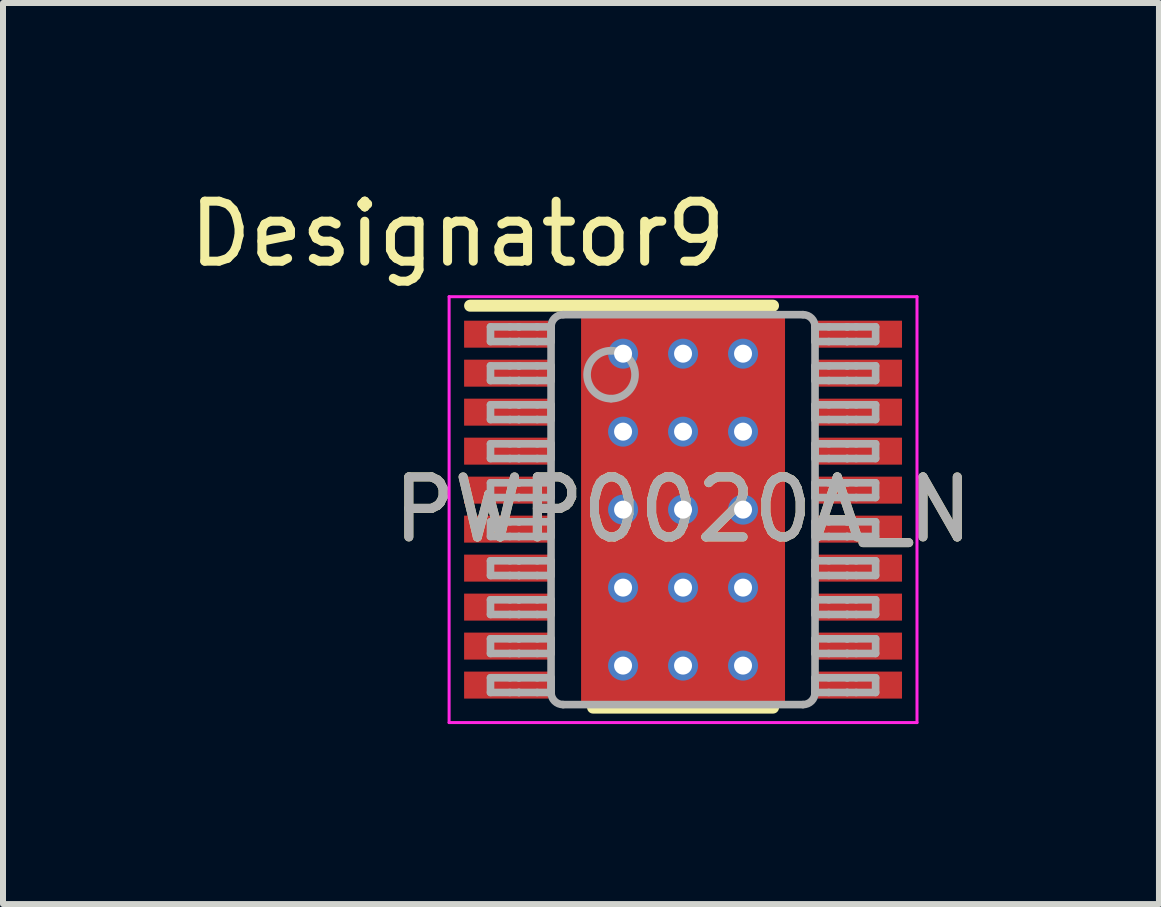
<source format=kicad_pcb>
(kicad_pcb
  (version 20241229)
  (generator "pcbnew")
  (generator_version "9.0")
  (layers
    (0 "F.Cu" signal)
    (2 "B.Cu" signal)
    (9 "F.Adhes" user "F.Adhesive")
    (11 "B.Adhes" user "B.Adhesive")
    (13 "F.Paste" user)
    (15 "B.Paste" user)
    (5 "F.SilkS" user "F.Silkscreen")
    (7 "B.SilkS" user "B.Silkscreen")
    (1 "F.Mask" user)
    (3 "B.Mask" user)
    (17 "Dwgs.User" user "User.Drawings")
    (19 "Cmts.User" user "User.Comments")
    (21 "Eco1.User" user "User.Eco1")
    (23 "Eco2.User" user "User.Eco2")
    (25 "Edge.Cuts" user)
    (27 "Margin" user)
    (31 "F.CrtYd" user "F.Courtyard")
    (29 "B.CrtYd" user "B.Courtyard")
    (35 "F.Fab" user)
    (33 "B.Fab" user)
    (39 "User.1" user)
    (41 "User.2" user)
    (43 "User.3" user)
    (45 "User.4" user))
  (footprint "PWP0020A_N"
    (layer "F.Cu")
    (at 8.337 5.446)
    (property "Reference" "PWP0020A_N" (at 0 0 0) (unlocked yes) (layer "F.SilkS") (effects (font (size 1 1) (thickness 0.15))))
    (attr smd)
    (fp_poly (pts (xy -1.575 2.128) (xy -1.575 -2.128) (xy -1.574 -2.137) (xy -1.571 -2.146) (xy -1.567 -2.154) (xy -1.561 -2.161) (xy -1.554 -2.167) (xy -1.546 -2.171) (xy -1.537 -2.174) (xy -1.528 -2.175) (xy 1.528 -2.175) (xy 1.537 -2.174) (xy 1.546 -2.171) (xy 1.554 -2.167) (xy 1.561 -2.161) (xy 1.567 -2.154) (xy 1.571 -2.146) (xy 1.574 -2.137) (xy 1.575 -2.128) (xy 1.575 2.128) (xy 1.574 2.137) (xy 1.571 2.146) (xy 1.567 2.154) (xy 1.561 2.161) (xy 1.554 2.167) (xy 1.546 2.171) (xy 1.537 2.174) (xy 1.528 2.175) (xy -1.528 2.175) (xy -1.537 2.174) (xy -1.546 2.171) (xy -1.554 2.167) (xy -1.561 2.161) (xy -1.567 2.154) (xy -1.571 2.146) (xy -1.574 2.137)) (stroke (width 0) (type solid)) (fill yes) (layer "F.Mask"))
    (fp_line (start -3.55 -3.4) (end 1.5 -3.4) (stroke (width 0.2) (type solid)) (layer "F.SilkS"))
    (fp_line (start -1.5 3.3) (end 1.5 3.3) (stroke (width 0.2) (type solid)) (layer "F.SilkS"))
    (fp_poly (pts (xy -1.575 2.128) (xy -1.575 -2.128) (xy -1.574 -2.137) (xy -1.571 -2.146) (xy -1.567 -2.154) (xy -1.561 -2.161) (xy -1.554 -2.167) (xy -1.546 -2.171) (xy -1.537 -2.174) (xy -1.528 -2.175) (xy 1.528 -2.175) (xy 1.537 -2.174) (xy 1.546 -2.171) (xy 1.554 -2.167) (xy 1.561 -2.161) (xy 1.567 -2.154) (xy 1.571 -2.146) (xy 1.574 -2.137) (xy 1.575 -2.128) (xy 1.575 2.128) (xy 1.574 2.137) (xy 1.571 2.146) (xy 1.567 2.154) (xy 1.561 2.161) (xy 1.554 2.167) (xy 1.546 2.171) (xy 1.537 2.174) (xy 1.528 2.175) (xy -1.528 2.175) (xy -1.537 2.174) (xy -1.546 2.171) (xy -1.554 2.167) (xy -1.561 2.161) (xy -1.567 2.154) (xy -1.571 2.146) (xy -1.574 2.137)) (stroke (width 0) (type solid)) (fill yes) (layer "F.Paste"))
    (fp_line (start -3.9 -3.55) (end 3.9 -3.55) (stroke (width 0.05) (type solid)) (layer "F.CrtYd"))
    (fp_line (start -3.9 3.55) (end -3.9 -3.55) (stroke (width 0.05) (type solid)) (layer "F.CrtYd"))
    (fp_line (start -3.9 3.55) (end 3.9 3.55) (stroke (width 0.05) (type solid)) (layer "F.CrtYd"))
    (fp_line (start 3.9 3.55) (end 3.9 -3.55) (stroke (width 0.05) (type solid)) (layer "F.CrtYd"))
    (fp_line (start -3.21 -3.047) (end -2.887 -3.047) (stroke (width 0.127) (type solid)) (layer "F.Fab"))
    (fp_line (start -3.21 -2.802) (end -3.21 -3.047) (stroke (width 0.127) (type solid)) (layer "F.Fab"))
    (fp_line (start -3.21 -2.802) (end -2.887 -2.802) (stroke (width 0.127) (type solid)) (layer "F.Fab"))
    (fp_line (start -3.21 -2.397) (end -2.887 -2.397) (stroke (width 0.127) (type solid)) (layer "F.Fab"))
    (fp_line (start -3.21 -2.152) (end -3.21 -2.397) (stroke (width 0.127) (type solid)) (layer "F.Fab"))
    (fp_line (start -3.21 -2.152) (end -2.887 -2.152) (stroke (width 0.127) (type solid)) (layer "F.Fab"))
    (fp_line (start -3.21 -1.747) (end -2.887 -1.747) (stroke (width 0.127) (type solid)) (layer "F.Fab"))
    (fp_line (start -3.21 -1.502) (end -3.21 -1.747) (stroke (width 0.127) (type solid)) (layer "F.Fab"))
    (fp_line (start -3.21 -1.502) (end -2.887 -1.502) (stroke (width 0.127) (type solid)) (layer "F.Fab"))
    (fp_line (start -3.21 -1.097) (end -2.887 -1.097) (stroke (width 0.127) (type solid)) (layer "F.Fab"))
    (fp_line (start -3.21 -0.852) (end -3.21 -1.097) (stroke (width 0.127) (type solid)) (layer "F.Fab"))
    (fp_line (start -3.21 -0.852) (end -2.887 -0.852) (stroke (width 0.127) (type solid)) (layer "F.Fab"))
    (fp_line (start -3.21 -0.447) (end -2.887 -0.447) (stroke (width 0.127) (type solid)) (layer "F.Fab"))
    (fp_line (start -3.21 -0.202) (end -3.21 -0.447) (stroke (width 0.127) (type solid)) (layer "F.Fab"))
    (fp_line (start -3.21 -0.202) (end -2.887 -0.202) (stroke (width 0.127) (type solid)) (layer "F.Fab"))
    (fp_line (start -3.21 0.203) (end -2.887 0.203) (stroke (width 0.127) (type solid)) (layer "F.Fab"))
    (fp_line (start -3.21 0.448) (end -3.21 0.203) (stroke (width 0.127) (type solid)) (layer "F.Fab"))
    (fp_line (start -3.21 0.448) (end -2.887 0.448) (stroke (width 0.127) (type solid)) (layer "F.Fab"))
    (fp_line (start -3.21 0.853) (end -2.887 0.853) (stroke (width 0.127) (type solid)) (layer "F.Fab"))
    (fp_line (start -3.21 1.098) (end -3.21 0.853) (stroke (width 0.127) (type solid)) (layer "F.Fab"))
    (fp_line (start -3.21 1.098) (end -2.887 1.098) (stroke (width 0.127) (type solid)) (layer "F.Fab"))
    (fp_line (start -3.21 1.503) (end -2.887 1.503) (stroke (width 0.127) (type solid)) (layer "F.Fab"))
    (fp_line (start -3.21 1.748) (end -3.21 1.503) (stroke (width 0.127) (type solid)) (layer "F.Fab"))
    (fp_line (start -3.21 1.748) (end -2.887 1.748) (stroke (width 0.127) (type solid)) (layer "F.Fab"))
    (fp_line (start -3.21 2.153) (end -2.887 2.153) (stroke (width 0.127) (type solid)) (layer "F.Fab"))
    (fp_line (start -3.21 2.398) (end -3.21 2.153) (stroke (width 0.127) (type solid)) (layer "F.Fab"))
    (fp_line (start -3.21 2.398) (end -2.887 2.398) (stroke (width 0.127) (type solid)) (layer "F.Fab"))
    (fp_line (start -3.21 2.803) (end -2.887 2.803) (stroke (width 0.127) (type solid)) (layer "F.Fab"))
    (fp_line (start -3.21 3.048) (end -3.21 2.803) (stroke (width 0.127) (type solid)) (layer "F.Fab"))
    (fp_line (start -3.21 3.048) (end -2.887 3.048) (stroke (width 0.127) (type solid)) (layer "F.Fab"))
    (fp_line (start -2.887 -3.047) (end -2.739 -3.047) (stroke (width 0.127) (type solid)) (layer "F.Fab"))
    (fp_line (start -2.887 -2.802) (end -2.739 -2.802) (stroke (width 0.127) (type solid)) (layer "F.Fab"))
    (fp_line (start -2.887 -2.397) (end -2.739 -2.397) (stroke (width 0.127) (type solid)) (layer "F.Fab"))
    (fp_line (start -2.887 -2.152) (end -2.739 -2.152) (stroke (width 0.127) (type solid)) (layer "F.Fab"))
    (fp_line (start -2.887 -1.747) (end -2.739 -1.747) (stroke (width 0.127) (type solid)) (layer "F.Fab"))
    (fp_line (start -2.887 -1.502) (end -2.739 -1.502) (stroke (width 0.127) (type solid)) (layer "F.Fab"))
    (fp_line (start -2.887 -1.097) (end -2.739 -1.097) (stroke (width 0.127) (type solid)) (layer "F.Fab"))
    (fp_line (start -2.887 -0.852) (end -2.739 -0.852) (stroke (width 0.127) (type solid)) (layer "F.Fab"))
    (fp_line (start -2.887 -0.447) (end -2.739 -0.447) (stroke (width 0.127) (type solid)) (layer "F.Fab"))
    (fp_line (start -2.887 -0.202) (end -2.739 -0.202) (stroke (width 0.127) (type solid)) (layer "F.Fab"))
    (fp_line (start -2.887 0.203) (end -2.739 0.203) (stroke (width 0.127) (type solid)) (layer "F.Fab"))
    (fp_line (start -2.887 0.448) (end -2.739 0.448) (stroke (width 0.127) (type solid)) (layer "F.Fab"))
    (fp_line (start -2.887 0.853) (end -2.739 0.853) (stroke (width 0.127) (type solid)) (layer "F.Fab"))
    (fp_line (start -2.887 1.098) (end -2.739 1.098) (stroke (width 0.127) (type solid)) (layer "F.Fab"))
    (fp_line (start -2.887 1.503) (end -2.739 1.503) (stroke (width 0.127) (type solid)) (layer "F.Fab"))
    (fp_line (start -2.887 1.748) (end -2.739 1.748) (stroke (width 0.127) (type solid)) (layer "F.Fab"))
    (fp_line (start -2.887 2.153) (end -2.739 2.153) (stroke (width 0.127) (type solid)) (layer "F.Fab"))
    (fp_line (start -2.887 2.398) (end -2.739 2.398) (stroke (width 0.127) (type solid)) (layer "F.Fab"))
    (fp_line (start -2.887 2.803) (end -2.739 2.803) (stroke (width 0.127) (type solid)) (layer "F.Fab"))
    (fp_line (start -2.887 3.048) (end -2.739 3.048) (stroke (width 0.127) (type solid)) (layer "F.Fab"))
    (fp_line (start -2.739 -3.047) (end -2.733 -3.047) (stroke (width 0.127) (type solid)) (layer "F.Fab"))
    (fp_line (start -2.739 -2.802) (end -2.733 -2.802) (stroke (width 0.127) (type solid)) (layer "F.Fab"))
    (fp_line (start -2.739 -2.397) (end -2.733 -2.397) (stroke (width 0.127) (type solid)) (layer "F.Fab"))
    (fp_line (start -2.739 -2.152) (end -2.733 -2.152) (stroke (width 0.127) (type solid)) (layer "F.Fab"))
    (fp_line (start -2.739 -1.747) (end -2.733 -1.747) (stroke (width 0.127) (type solid)) (layer "F.Fab"))
    (fp_line (start -2.739 -1.502) (end -2.733 -1.502) (stroke (width 0.127) (type solid)) (layer "F.Fab"))
    (fp_line (start -2.739 -1.097) (end -2.733 -1.097) (stroke (width 0.127) (type solid)) (layer "F.Fab"))
    (fp_line (start -2.739 -0.852) (end -2.733 -0.852) (stroke (width 0.127) (type solid)) (layer "F.Fab"))
    (fp_line (start -2.739 -0.447) (end -2.733 -0.447) (stroke (width 0.127) (type solid)) (layer "F.Fab"))
    (fp_line (start -2.739 -0.202) (end -2.733 -0.202) (stroke (width 0.127) (type solid)) (layer "F.Fab"))
    (fp_line (start -2.739 0.203) (end -2.733 0.203) (stroke (width 0.127) (type solid)) (layer "F.Fab"))
    (fp_line (start -2.739 0.448) (end -2.733 0.448) (stroke (width 0.127) (type solid)) (layer "F.Fab"))
    (fp_line (start -2.739 0.853) (end -2.733 0.853) (stroke (width 0.127) (type solid)) (layer "F.Fab"))
    (fp_line (start -2.739 1.098) (end -2.733 1.098) (stroke (width 0.127) (type solid)) (layer "F.Fab"))
    (fp_line (start -2.739 1.503) (end -2.733 1.503) (stroke (width 0.127) (type solid)) (layer "F.Fab"))
    (fp_line (start -2.739 1.748) (end -2.733 1.748) (stroke (width 0.127) (type solid)) (layer "F.Fab"))
    (fp_line (start -2.739 2.153) (end -2.733 2.153) (stroke (width 0.127) (type solid)) (layer "F.Fab"))
    (fp_line (start -2.739 2.398) (end -2.733 2.398) (stroke (width 0.127) (type solid)) (layer "F.Fab"))
    (fp_line (start -2.739 2.803) (end -2.733 2.803) (stroke (width 0.127) (type solid)) (layer "F.Fab"))
    (fp_line (start -2.739 3.048) (end -2.733 3.048) (stroke (width 0.127) (type solid)) (layer "F.Fab"))
    (fp_line (start -2.733 -3.047) (end -2.431 -3.047) (stroke (width 0.127) (type solid)) (layer "F.Fab"))
    (fp_line (start -2.733 -2.802) (end -2.431 -2.802) (stroke (width 0.127) (type solid)) (layer "F.Fab"))
    (fp_line (start -2.733 -2.397) (end -2.431 -2.397) (stroke (width 0.127) (type solid)) (layer "F.Fab"))
    (fp_line (start -2.733 -2.152) (end -2.431 -2.152) (stroke (width 0.127) (type solid)) (layer "F.Fab"))
    (fp_line (start -2.733 -1.747) (end -2.431 -1.747) (stroke (width 0.127) (type solid)) (layer "F.Fab"))
    (fp_line (start -2.733 -1.502) (end -2.431 -1.502) (stroke (width 0.127) (type solid)) (layer "F.Fab"))
    (fp_line (start -2.733 -1.097) (end -2.431 -1.097) (stroke (width 0.127) (type solid)) (layer "F.Fab"))
    (fp_line (start -2.733 -0.852) (end -2.431 -0.852) (stroke (width 0.127) (type solid)) (layer "F.Fab"))
    (fp_line (start -2.733 -0.447) (end -2.431 -0.447) (stroke (width 0.127) (type solid)) (layer "F.Fab"))
    (fp_line (start -2.733 -0.202) (end -2.431 -0.202) (stroke (width 0.127) (type solid)) (layer "F.Fab"))
    (fp_line (start -2.733 0.203) (end -2.431 0.203) (stroke (width 0.127) (type solid)) (layer "F.Fab"))
    (fp_line (start -2.733 0.448) (end -2.431 0.448) (stroke (width 0.127) (type solid)) (layer "F.Fab"))
    (fp_line (start -2.733 0.853) (end -2.431 0.853) (stroke (width 0.127) (type solid)) (layer "F.Fab"))
    (fp_line (start -2.733 1.098) (end -2.431 1.098) (stroke (width 0.127) (type solid)) (layer "F.Fab"))
    (fp_line (start -2.733 1.503) (end -2.431 1.503) (stroke (width 0.127) (type solid)) (layer "F.Fab"))
    (fp_line (start -2.733 1.748) (end -2.431 1.748) (stroke (width 0.127) (type solid)) (layer "F.Fab"))
    (fp_line (start -2.733 2.153) (end -2.431 2.153) (stroke (width 0.127) (type solid)) (layer "F.Fab"))
    (fp_line (start -2.733 2.398) (end -2.431 2.398) (stroke (width 0.127) (type solid)) (layer "F.Fab"))
    (fp_line (start -2.733 2.803) (end -2.431 2.803) (stroke (width 0.127) (type solid)) (layer "F.Fab"))
    (fp_line (start -2.733 3.048) (end -2.431 3.048) (stroke (width 0.127) (type solid)) (layer "F.Fab"))
    (fp_line (start -2.431 -3.047) (end -2.2 -3.047) (stroke (width 0.127) (type solid)) (layer "F.Fab"))
    (fp_line (start -2.431 -2.802) (end -2.2 -2.802) (stroke (width 0.127) (type solid)) (layer "F.Fab"))
    (fp_line (start -2.431 -2.397) (end -2.2 -2.397) (stroke (width 0.127) (type solid)) (layer "F.Fab"))
    (fp_line (start -2.431 -2.152) (end -2.2 -2.152) (stroke (width 0.127) (type solid)) (layer "F.Fab"))
    (fp_line (start -2.431 -1.747) (end -2.2 -1.747) (stroke (width 0.127) (type solid)) (layer "F.Fab"))
    (fp_line (start -2.431 -1.502) (end -2.2 -1.502) (stroke (width 0.127) (type solid)) (layer "F.Fab"))
    (fp_line (start -2.431 -1.097) (end -2.2 -1.097) (stroke (width 0.127) (type solid)) (layer "F.Fab"))
    (fp_line (start -2.431 -0.852) (end -2.2 -0.852) (stroke (width 0.127) (type solid)) (layer "F.Fab"))
    (fp_line (start -2.431 -0.447) (end -2.2 -0.447) (stroke (width 0.127) (type solid)) (layer "F.Fab"))
    (fp_line (start -2.431 -0.202) (end -2.2 -0.202) (stroke (width 0.127) (type solid)) (layer "F.Fab"))
    (fp_line (start -2.431 0.203) (end -2.2 0.203) (stroke (width 0.127) (type solid)) (layer "F.Fab"))
    (fp_line (start -2.431 0.448) (end -2.2 0.448) (stroke (width 0.127) (type solid)) (layer "F.Fab"))
    (fp_line (start -2.431 0.853) (end -2.2 0.853) (stroke (width 0.127) (type solid)) (layer "F.Fab"))
    (fp_line (start -2.431 1.098) (end -2.2 1.098) (stroke (width 0.127) (type solid)) (layer "F.Fab"))
    (fp_line (start -2.431 1.503) (end -2.2 1.503) (stroke (width 0.127) (type solid)) (layer "F.Fab"))
    (fp_line (start -2.431 1.748) (end -2.2 1.748) (stroke (width 0.127) (type solid)) (layer "F.Fab"))
    (fp_line (start -2.431 2.153) (end -2.2 2.153) (stroke (width 0.127) (type solid)) (layer "F.Fab"))
    (fp_line (start -2.431 2.398) (end -2.2 2.398) (stroke (width 0.127) (type solid)) (layer "F.Fab"))
    (fp_line (start -2.431 2.803) (end -2.2 2.803) (stroke (width 0.127) (type solid)) (layer "F.Fab"))
    (fp_line (start -2.431 3.048) (end -2.2 3.048) (stroke (width 0.127) (type solid)) (layer "F.Fab"))
    (fp_line (start -2.2 -2.802) (end -2.2 -3.047) (stroke (width 0.127) (type solid)) (layer "F.Fab"))
    (fp_line (start -2.2 -2.152) (end -2.2 -2.397) (stroke (width 0.127) (type solid)) (layer "F.Fab"))
    (fp_line (start -2.2 -1.502) (end -2.2 -1.747) (stroke (width 0.127) (type solid)) (layer "F.Fab"))
    (fp_line (start -2.2 -0.852) (end -2.2 -1.097) (stroke (width 0.127) (type solid)) (layer "F.Fab"))
    (fp_line (start -2.2 -0.202) (end -2.2 -0.447) (stroke (width 0.127) (type solid)) (layer "F.Fab"))
    (fp_line (start -2.2 0.448) (end -2.2 0.203) (stroke (width 0.127) (type solid)) (layer "F.Fab"))
    (fp_line (start -2.2 1.098) (end -2.2 0.853) (stroke (width 0.127) (type solid)) (layer "F.Fab"))
    (fp_line (start -2.2 1.748) (end -2.2 1.503) (stroke (width 0.127) (type solid)) (layer "F.Fab"))
    (fp_line (start -2.2 2.398) (end -2.2 2.153) (stroke (width 0.127) (type solid)) (layer "F.Fab"))
    (fp_line (start -2.2 3.048) (end -2.2 2.803) (stroke (width 0.127) (type solid)) (layer "F.Fab"))
    (fp_line (start -2.2 3.05) (end -2.2 -3.05) (stroke (width 0.127) (type solid)) (layer "F.Fab"))
    (fp_line (start -2 -3.25) (end 2 -3.25) (stroke (width 0.127) (type solid)) (layer "F.Fab"))
    (fp_line (start -2 3.25) (end 2 3.25) (stroke (width 0.127) (type solid)) (layer "F.Fab"))
    (fp_line (start 2.2 -3.047) (end 2.43 -3.047) (stroke (width 0.127) (type solid)) (layer "F.Fab"))
    (fp_line (start 2.2 -2.802) (end 2.2 -3.047) (stroke (width 0.127) (type solid)) (layer "F.Fab"))
    (fp_line (start 2.2 -2.802) (end 2.43 -2.802) (stroke (width 0.127) (type solid)) (layer "F.Fab"))
    (fp_line (start 2.2 -2.397) (end 2.43 -2.397) (stroke (width 0.127) (type solid)) (layer "F.Fab"))
    (fp_line (start 2.2 -2.152) (end 2.2 -2.397) (stroke (width 0.127) (type solid)) (layer "F.Fab"))
    (fp_line (start 2.2 -2.152) (end 2.43 -2.152) (stroke (width 0.127) (type solid)) (layer "F.Fab"))
    (fp_line (start 2.2 -1.747) (end 2.43 -1.747) (stroke (width 0.127) (type solid)) (layer "F.Fab"))
    (fp_line (start 2.2 -1.502) (end 2.2 -1.747) (stroke (width 0.127) (type solid)) (layer "F.Fab"))
    (fp_line (start 2.2 -1.502) (end 2.43 -1.502) (stroke (width 0.127) (type solid)) (layer "F.Fab"))
    (fp_line (start 2.2 -1.097) (end 2.43 -1.097) (stroke (width 0.127) (type solid)) (layer "F.Fab"))
    (fp_line (start 2.2 -0.852) (end 2.2 -1.097) (stroke (width 0.127) (type solid)) (layer "F.Fab"))
    (fp_line (start 2.2 -0.852) (end 2.43 -0.852) (stroke (width 0.127) (type solid)) (layer "F.Fab"))
    (fp_line (start 2.2 -0.447) (end 2.43 -0.447) (stroke (width 0.127) (type solid)) (layer "F.Fab"))
    (fp_line (start 2.2 -0.202) (end 2.2 -0.447) (stroke (width 0.127) (type solid)) (layer "F.Fab"))
    (fp_line (start 2.2 -0.202) (end 2.43 -0.202) (stroke (width 0.127) (type solid)) (layer "F.Fab"))
    (fp_line (start 2.2 0.203) (end 2.43 0.203) (stroke (width 0.127) (type solid)) (layer "F.Fab"))
    (fp_line (start 2.2 0.448) (end 2.2 0.203) (stroke (width 0.127) (type solid)) (layer "F.Fab"))
    (fp_line (start 2.2 0.448) (end 2.43 0.448) (stroke (width 0.127) (type solid)) (layer "F.Fab"))
    (fp_line (start 2.2 0.853) (end 2.43 0.853) (stroke (width 0.127) (type solid)) (layer "F.Fab"))
    (fp_line (start 2.2 1.098) (end 2.2 0.853) (stroke (width 0.127) (type solid)) (layer "F.Fab"))
    (fp_line (start 2.2 1.098) (end 2.43 1.098) (stroke (width 0.127) (type solid)) (layer "F.Fab"))
    (fp_line (start 2.2 1.503) (end 2.43 1.503) (stroke (width 0.127) (type solid)) (layer "F.Fab"))
    (fp_line (start 2.2 1.748) (end 2.2 1.503) (stroke (width 0.127) (type solid)) (layer "F.Fab"))
    (fp_line (start 2.2 1.748) (end 2.43 1.748) (stroke (width 0.127) (type solid)) (layer "F.Fab"))
    (fp_line (start 2.2 2.153) (end 2.43 2.153) (stroke (width 0.127) (type solid)) (layer "F.Fab"))
    (fp_line (start 2.2 2.398) (end 2.2 2.153) (stroke (width 0.127) (type solid)) (layer "F.Fab"))
    (fp_line (start 2.2 2.398) (end 2.43 2.398) (stroke (width 0.127) (type solid)) (layer "F.Fab"))
    (fp_line (start 2.2 2.803) (end 2.43 2.803) (stroke (width 0.127) (type solid)) (layer "F.Fab"))
    (fp_line (start 2.2 3.048) (end 2.2 2.803) (stroke (width 0.127) (type solid)) (layer "F.Fab"))
    (fp_line (start 2.2 3.048) (end 2.43 3.048) (stroke (width 0.127) (type solid)) (layer "F.Fab"))
    (fp_line (start 2.2 3.05) (end 2.2 -3.05) (stroke (width 0.127) (type solid)) (layer "F.Fab"))
    (fp_line (start 2.43 -3.047) (end 2.733 -3.047) (stroke (width 0.127) (type solid)) (layer "F.Fab"))
    (fp_line (start 2.43 -2.802) (end 2.733 -2.802) (stroke (width 0.127) (type solid)) (layer "F.Fab"))
    (fp_line (start 2.43 -2.397) (end 2.733 -2.397) (stroke (width 0.127) (type solid)) (layer "F.Fab"))
    (fp_line (start 2.43 -2.152) (end 2.733 -2.152) (stroke (width 0.127) (type solid)) (layer "F.Fab"))
    (fp_line (start 2.43 -1.747) (end 2.733 -1.747) (stroke (width 0.127) (type solid)) (layer "F.Fab"))
    (fp_line (start 2.43 -1.502) (end 2.733 -1.502) (stroke (width 0.127) (type solid)) (layer "F.Fab"))
    (fp_line (start 2.43 -1.097) (end 2.733 -1.097) (stroke (width 0.127) (type solid)) (layer "F.Fab"))
    (fp_line (start 2.43 -0.852) (end 2.733 -0.852) (stroke (width 0.127) (type solid)) (layer "F.Fab"))
    (fp_line (start 2.43 -0.447) (end 2.733 -0.447) (stroke (width 0.127) (type solid)) (layer "F.Fab"))
    (fp_line (start 2.43 -0.202) (end 2.733 -0.202) (stroke (width 0.127) (type solid)) (layer "F.Fab"))
    (fp_line (start 2.43 0.203) (end 2.733 0.203) (stroke (width 0.127) (type solid)) (layer "F.Fab"))
    (fp_line (start 2.43 0.448) (end 2.733 0.448) (stroke (width 0.127) (type solid)) (layer "F.Fab"))
    (fp_line (start 2.43 0.853) (end 2.733 0.853) (stroke (width 0.127) (type solid)) (layer "F.Fab"))
    (fp_line (start 2.43 1.098) (end 2.733 1.098) (stroke (width 0.127) (type solid)) (layer "F.Fab"))
    (fp_line (start 2.43 1.503) (end 2.733 1.503) (stroke (width 0.127) (type solid)) (layer "F.Fab"))
    (fp_line (start 2.43 1.748) (end 2.733 1.748) (stroke (width 0.127) (type solid)) (layer "F.Fab"))
    (fp_line (start 2.43 2.153) (end 2.733 2.153) (stroke (width 0.127) (type solid)) (layer "F.Fab"))
    (fp_line (start 2.43 2.398) (end 2.733 2.398) (stroke (width 0.127) (type solid)) (layer "F.Fab"))
    (fp_line (start 2.43 2.803) (end 2.733 2.803) (stroke (width 0.127) (type solid)) (layer "F.Fab"))
    (fp_line (start 2.43 3.048) (end 2.733 3.048) (stroke (width 0.127) (type solid)) (layer "F.Fab"))
    (fp_line (start 2.733 -3.047) (end 2.739 -3.047) (stroke (width 0.127) (type solid)) (layer "F.Fab"))
    (fp_line (start 2.733 -2.802) (end 2.739 -2.802) (stroke (width 0.127) (type solid)) (layer "F.Fab"))
    (fp_line (start 2.733 -2.397) (end 2.739 -2.397) (stroke (width 0.127) (type solid)) (layer "F.Fab"))
    (fp_line (start 2.733 -2.152) (end 2.739 -2.152) (stroke (width 0.127) (type solid)) (layer "F.Fab"))
    (fp_line (start 2.733 -1.747) (end 2.739 -1.747) (stroke (width 0.127) (type solid)) (layer "F.Fab"))
    (fp_line (start 2.733 -1.502) (end 2.739 -1.502) (stroke (width 0.127) (type solid)) (layer "F.Fab"))
    (fp_line (start 2.733 -1.097) (end 2.739 -1.097) (stroke (width 0.127) (type solid)) (layer "F.Fab"))
    (fp_line (start 2.733 -0.852) (end 2.739 -0.852) (stroke (width 0.127) (type solid)) (layer "F.Fab"))
    (fp_line (start 2.733 -0.447) (end 2.739 -0.447) (stroke (width 0.127) (type solid)) (layer "F.Fab"))
    (fp_line (start 2.733 -0.202) (end 2.739 -0.202) (stroke (width 0.127) (type solid)) (layer "F.Fab"))
    (fp_line (start 2.733 0.203) (end 2.739 0.203) (stroke (width 0.127) (type solid)) (layer "F.Fab"))
    (fp_line (start 2.733 0.448) (end 2.739 0.448) (stroke (width 0.127) (type solid)) (layer "F.Fab"))
    (fp_line (start 2.733 0.853) (end 2.739 0.853) (stroke (width 0.127) (type solid)) (layer "F.Fab"))
    (fp_line (start 2.733 1.098) (end 2.739 1.098) (stroke (width 0.127) (type solid)) (layer "F.Fab"))
    (fp_line (start 2.733 1.503) (end 2.739 1.503) (stroke (width 0.127) (type solid)) (layer "F.Fab"))
    (fp_line (start 2.733 1.748) (end 2.739 1.748) (stroke (width 0.127) (type solid)) (layer "F.Fab"))
    (fp_line (start 2.733 2.153) (end 2.739 2.153) (stroke (width 0.127) (type solid)) (layer "F.Fab"))
    (fp_line (start 2.733 2.398) (end 2.739 2.398) (stroke (width 0.127) (type solid)) (layer "F.Fab"))
    (fp_line (start 2.733 2.803) (end 2.739 2.803) (stroke (width 0.127) (type solid)) (layer "F.Fab"))
    (fp_line (start 2.733 3.048) (end 2.739 3.048) (stroke (width 0.127) (type solid)) (layer "F.Fab"))
    (fp_line (start 2.739 -3.047) (end 2.887 -3.047) (stroke (width 0.127) (type solid)) (layer "F.Fab"))
    (fp_line (start 2.739 -2.802) (end 2.887 -2.802) (stroke (width 0.127) (type solid)) (layer "F.Fab"))
    (fp_line (start 2.739 -2.397) (end 2.887 -2.397) (stroke (width 0.127) (type solid)) (layer "F.Fab"))
    (fp_line (start 2.739 -2.152) (end 2.887 -2.152) (stroke (width 0.127) (type solid)) (layer "F.Fab"))
    (fp_line (start 2.739 -1.747) (end 2.887 -1.747) (stroke (width 0.127) (type solid)) (layer "F.Fab"))
    (fp_line (start 2.739 -1.502) (end 2.887 -1.502) (stroke (width 0.127) (type solid)) (layer "F.Fab"))
    (fp_line (start 2.739 -1.097) (end 2.887 -1.097) (stroke (width 0.127) (type solid)) (layer "F.Fab"))
    (fp_line (start 2.739 -0.852) (end 2.887 -0.852) (stroke (width 0.127) (type solid)) (layer "F.Fab"))
    (fp_line (start 2.739 -0.447) (end 2.887 -0.447) (stroke (width 0.127) (type solid)) (layer "F.Fab"))
    (fp_line (start 2.739 -0.202) (end 2.887 -0.202) (stroke (width 0.127) (type solid)) (layer "F.Fab"))
    (fp_line (start 2.739 0.203) (end 2.887 0.203) (stroke (width 0.127) (type solid)) (layer "F.Fab"))
    (fp_line (start 2.739 0.448) (end 2.887 0.448) (stroke (width 0.127) (type solid)) (layer "F.Fab"))
    (fp_line (start 2.739 0.853) (end 2.887 0.853) (stroke (width 0.127) (type solid)) (layer "F.Fab"))
    (fp_line (start 2.739 1.098) (end 2.887 1.098) (stroke (width 0.127) (type solid)) (layer "F.Fab"))
    (fp_line (start 2.739 1.503) (end 2.887 1.503) (stroke (width 0.127) (type solid)) (layer "F.Fab"))
    (fp_line (start 2.739 1.748) (end 2.887 1.748) (stroke (width 0.127) (type solid)) (layer "F.Fab"))
    (fp_line (start 2.739 2.153) (end 2.887 2.153) (stroke (width 0.127) (type solid)) (layer "F.Fab"))
    (fp_line (start 2.739 2.398) (end 2.887 2.398) (stroke (width 0.127) (type solid)) (layer "F.Fab"))
    (fp_line (start 2.739 2.803) (end 2.887 2.803) (stroke (width 0.127) (type solid)) (layer "F.Fab"))
    (fp_line (start 2.739 3.048) (end 2.887 3.048) (stroke (width 0.127) (type solid)) (layer "F.Fab"))
    (fp_line (start 2.887 -3.047) (end 3.21 -3.047) (stroke (width 0.127) (type solid)) (layer "F.Fab"))
    (fp_line (start 2.887 -2.802) (end 3.21 -2.802) (stroke (width 0.127) (type solid)) (layer "F.Fab"))
    (fp_line (start 2.887 -2.397) (end 3.21 -2.397) (stroke (width 0.127) (type solid)) (layer "F.Fab"))
    (fp_line (start 2.887 -2.152) (end 3.21 -2.152) (stroke (width 0.127) (type solid)) (layer "F.Fab"))
    (fp_line (start 2.887 -1.747) (end 3.21 -1.747) (stroke (width 0.127) (type solid)) (layer "F.Fab"))
    (fp_line (start 2.887 -1.502) (end 3.21 -1.502) (stroke (width 0.127) (type solid)) (layer "F.Fab"))
    (fp_line (start 2.887 -1.097) (end 3.21 -1.097) (stroke (width 0.127) (type solid)) (layer "F.Fab"))
    (fp_line (start 2.887 -0.852) (end 3.21 -0.852) (stroke (width 0.127) (type solid)) (layer "F.Fab"))
    (fp_line (start 2.887 -0.447) (end 3.21 -0.447) (stroke (width 0.127) (type solid)) (layer "F.Fab"))
    (fp_line (start 2.887 -0.202) (end 3.21 -0.202) (stroke (width 0.127) (type solid)) (layer "F.Fab"))
    (fp_line (start 2.887 0.203) (end 3.21 0.203) (stroke (width 0.127) (type solid)) (layer "F.Fab"))
    (fp_line (start 2.887 0.448) (end 3.21 0.448) (stroke (width 0.127) (type solid)) (layer "F.Fab"))
    (fp_line (start 2.887 0.853) (end 3.21 0.853) (stroke (width 0.127) (type solid)) (layer "F.Fab"))
    (fp_line (start 2.887 1.098) (end 3.21 1.098) (stroke (width 0.127) (type solid)) (layer "F.Fab"))
    (fp_line (start 2.887 1.503) (end 3.21 1.503) (stroke (width 0.127) (type solid)) (layer "F.Fab"))
    (fp_line (start 2.887 1.748) (end 3.21 1.748) (stroke (width 0.127) (type solid)) (layer "F.Fab"))
    (fp_line (start 2.887 2.153) (end 3.21 2.153) (stroke (width 0.127) (type solid)) (layer "F.Fab"))
    (fp_line (start 2.887 2.398) (end 3.21 2.398) (stroke (width 0.127) (type solid)) (layer "F.Fab"))
    (fp_line (start 2.887 2.803) (end 3.21 2.803) (stroke (width 0.127) (type solid)) (layer "F.Fab"))
    (fp_line (start 2.887 3.048) (end 3.21 3.048) (stroke (width 0.127) (type solid)) (layer "F.Fab"))
    (fp_line (start 3.21 -2.802) (end 3.21 -3.047) (stroke (width 0.127) (type solid)) (layer "F.Fab"))
    (fp_line (start 3.21 -2.152) (end 3.21 -2.397) (stroke (width 0.127) (type solid)) (layer "F.Fab"))
    (fp_line (start 3.21 -1.502) (end 3.21 -1.747) (stroke (width 0.127) (type solid)) (layer "F.Fab"))
    (fp_line (start 3.21 -0.852) (end 3.21 -1.097) (stroke (width 0.127) (type solid)) (layer "F.Fab"))
    (fp_line (start 3.21 -0.202) (end 3.21 -0.447) (stroke (width 0.127) (type solid)) (layer "F.Fab"))
    (fp_line (start 3.21 0.448) (end 3.21 0.203) (stroke (width 0.127) (type solid)) (layer "F.Fab"))
    (fp_line (start 3.21 1.098) (end 3.21 0.853) (stroke (width 0.127) (type solid)) (layer "F.Fab"))
    (fp_line (start 3.21 1.748) (end 3.21 1.503) (stroke (width 0.127) (type solid)) (layer "F.Fab"))
    (fp_line (start 3.21 2.398) (end 3.21 2.153) (stroke (width 0.127) (type solid)) (layer "F.Fab"))
    (fp_line (start 3.21 3.048) (end 3.21 2.803) (stroke (width 0.127) (type solid)) (layer "F.Fab"))
    (fp_arc (start -2.200001 -3.049986) (mid -2.141422 -3.191407) (end -2.000001 -3.249986) (stroke (width 0.127) (type solid)) (layer "F.Fab"))
    (fp_arc (start -2.000001 3.250001) (mid -2.141422 3.191423) (end -2.200001 3.050002) (stroke (width 0.127) (type solid)) (layer "F.Fab"))
    (fp_arc (start -1.200003 -2.649987) (mid -0.800003 -2.249988) (end -1.200003 -1.849989) (stroke (width 0.127) (type solid)) (layer "F.Fab"))
    (fp_arc (start -1.200003 -1.849989) (mid -1.600002 -2.249988) (end -1.200003 -2.649987) (stroke (width 0.127) (type solid)) (layer "F.Fab"))
    (fp_arc (start 1.999991 -3.249986) (mid 2.141412 -3.191407) (end 2.199991 -3.049986) (stroke (width 0.127) (type solid)) (layer "F.Fab"))
    (fp_arc (start 2.199991 3.050002) (mid 2.141412 3.191423) (end 1.999991 3.250001) (stroke (width 0.127) (type solid)) (layer "F.Fab"))
    (fp_text user "Designator9" (at -3.759 -4.597 0) (unlocked yes) (layer "F.SilkS") (effects (font (size 1 1) (thickness 0.15))))
    (fp_text user "${REFERENCE}" (at 0 0 0) (unlocked yes) (layer "F.Fab") (effects (font (size 1 1) (thickness 0.15))))
    (pad "1" smd rect (at -2.95 -2.925 90) (size 0.45 1.4) (layers "F.Cu" "F.Mask" "F.Paste"))
    (pad "2" smd rect (at -2.95 -2.275 90) (size 0.45 1.4) (layers "F.Cu" "F.Mask" "F.Paste"))
    (pad "3" smd rect (at -2.95 -1.625 90) (size 0.45 1.4) (layers "F.Cu" "F.Mask" "F.Paste"))
    (pad "4" smd rect (at -2.95 -0.975 90) (size 0.45 1.4) (layers "F.Cu" "F.Mask" "F.Paste"))
    (pad "5" smd rect (at -2.95 -0.325 90) (size 0.45 1.4) (layers "F.Cu" "F.Mask" "F.Paste"))
    (pad "6" smd rect (at -2.95 0.325 90) (size 0.45 1.4) (layers "F.Cu" "F.Mask" "F.Paste"))
    (pad "7" smd rect (at -2.95 0.975 90) (size 0.45 1.4) (layers "F.Cu" "F.Mask" "F.Paste"))
    (pad "8" smd rect (at -2.95 1.625 90) (size 0.45 1.4) (layers "F.Cu" "F.Mask" "F.Paste"))
    (pad "9" smd rect (at -2.95 2.275 90) (size 0.45 1.4) (layers "F.Cu" "F.Mask" "F.Paste"))
    (pad "10" smd rect (at -2.95 2.925 90) (size 0.45 1.4) (layers "F.Cu" "F.Mask" "F.Paste"))
    (pad "11" smd rect (at 2.95 2.925 90) (size 0.45 1.4) (layers "F.Cu" "F.Mask" "F.Paste"))
    (pad "12" smd rect (at 2.95 2.275 90) (size 0.45 1.4) (layers "F.Cu" "F.Mask" "F.Paste"))
    (pad "13" smd rect (at 2.95 1.625 90) (size 0.45 1.4) (layers "F.Cu" "F.Mask" "F.Paste"))
    (pad "14" smd rect (at 2.95 0.975 90) (size 0.45 1.4) (layers "F.Cu" "F.Mask" "F.Paste"))
    (pad "15" smd rect (at 2.95 0.325 90) (size 0.45 1.4) (layers "F.Cu" "F.Mask" "F.Paste"))
    (pad "16" smd rect (at 2.95 -0.325 90) (size 0.45 1.4) (layers "F.Cu" "F.Mask" "F.Paste"))
    (pad "17" smd rect (at 2.95 -0.975 90) (size 0.45 1.4) (layers "F.Cu" "F.Mask" "F.Paste"))
    (pad "18" smd rect (at 2.95 -1.625 90) (size 0.45 1.4) (layers "F.Cu" "F.Mask" "F.Paste"))
    (pad "19" smd rect (at 2.95 -2.275 90) (size 0.45 1.4) (layers "F.Cu" "F.Mask" "F.Paste"))
    (pad "20" smd rect (at 2.95 -2.925 90) (size 0.45 1.4) (layers "F.Cu" "F.Mask" "F.Paste"))
    (pad "21" thru_hole circle (at -1 -2.6) (size 0.5 0.5) (drill 0.3) (layers "*.Cu" "*.Mask"))
    (pad "21" thru_hole circle (at -1 -1.3) (size 0.5 0.5) (drill 0.3) (layers "*.Cu" "*.Mask"))
    (pad "21" thru_hole circle (at -1 0) (size 0.5 0.5) (drill 0.3) (layers "*.Cu" "*.Mask"))
    (pad "21" thru_hole circle (at -1 1.3) (size 0.5 0.5) (drill 0.3) (layers "*.Cu" "*.Mask"))
    (pad "21" thru_hole circle (at -1 2.6) (size 0.5 0.5) (drill 0.3) (layers "*.Cu" "*.Mask"))
    (pad "21" thru_hole circle (at 0 -2.6) (size 0.5 0.5) (drill 0.3) (layers "*.Cu" "*.Mask"))
    (pad "21" thru_hole circle (at 0 -1.3) (size 0.5 0.5) (drill 0.3) (layers "*.Cu" "*.Mask"))
    (pad "21" thru_hole circle (at 0 0) (size 0.5 0.5) (drill 0.3) (layers "*.Cu" "*.Mask"))
    (pad "21" smd rect (at 0 0) (size 3.4 6.5) (layers "F.Cu"))
    (pad "21" thru_hole circle (at 0 1.3) (size 0.5 0.5) (drill 0.3) (layers "*.Cu" "*.Mask"))
    (pad "21" thru_hole circle (at 0 2.6) (size 0.5 0.5) (drill 0.3) (layers "*.Cu" "*.Mask"))
    (pad "21" thru_hole circle (at 1 -2.6) (size 0.5 0.5) (drill 0.3) (layers "*.Cu" "*.Mask"))
    (pad "21" thru_hole circle (at 1 -1.3) (size 0.5 0.5) (drill 0.3) (layers "*.Cu" "*.Mask"))
    (pad "21" thru_hole circle (at 1 0) (size 0.5 0.5) (drill 0.3) (layers "*.Cu" "*.Mask"))
    (pad "21" thru_hole circle (at 1 1.3) (size 0.5 0.5) (drill 0.3) (layers "*.Cu" "*.Mask"))
    (pad "21" thru_hole circle (at 1 2.6) (size 0.5 0.5) (drill 0.3) (layers "*.Cu" "*.Mask")))
  (gr_rect
    (start -3 -3)
    (end 16.271 12.021)
    (stroke (width 0.1) (type default))
    (fill no)
    (layer "Edge.Cuts")))
</source>
